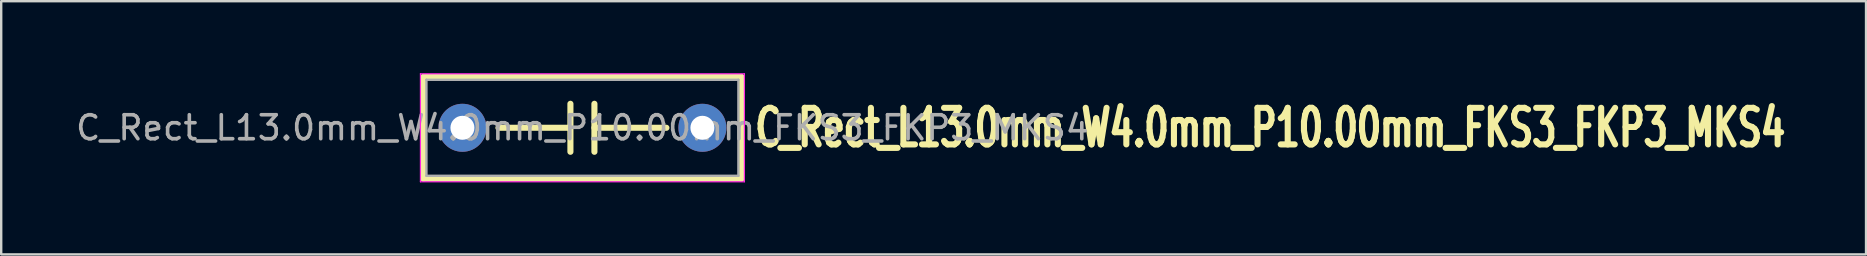
<source format=kicad_pcb>
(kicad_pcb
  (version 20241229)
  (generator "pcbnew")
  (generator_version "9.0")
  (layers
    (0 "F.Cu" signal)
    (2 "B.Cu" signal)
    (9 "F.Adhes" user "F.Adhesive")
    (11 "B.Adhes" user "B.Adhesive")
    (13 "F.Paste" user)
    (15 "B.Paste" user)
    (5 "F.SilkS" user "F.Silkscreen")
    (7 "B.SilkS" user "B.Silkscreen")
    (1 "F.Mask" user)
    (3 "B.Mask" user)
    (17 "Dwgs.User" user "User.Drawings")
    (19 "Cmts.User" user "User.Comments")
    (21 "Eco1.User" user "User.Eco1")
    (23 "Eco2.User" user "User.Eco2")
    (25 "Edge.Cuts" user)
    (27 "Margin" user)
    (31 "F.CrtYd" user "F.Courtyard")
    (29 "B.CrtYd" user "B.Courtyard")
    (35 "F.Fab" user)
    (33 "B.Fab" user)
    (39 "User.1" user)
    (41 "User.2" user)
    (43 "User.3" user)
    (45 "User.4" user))
  (footprint "C_Rect_L13.0mm_W4.0mm_P10.00mm_FKS3_FKP3_MKS4"
    (layer "F.Cu")
    (at 16.22 2.275)
    (property "Reference" "C_Rect_L13.0mm_W4.0mm_P10.00mm_FKS3_FKP3_MKS4" (at 12.065 0 0) (layer "F.SilkS") (effects (font (size 1.524 1.016) (thickness 0.254)) (justify left)))
    (attr through_hole)
    (fp_line (start -1.62 -2.12) (end -1.62 2.12) (stroke (width 0.254) (type solid)) (layer "F.SilkS"))
    (fp_line (start -1.62 -2.12) (end 11.62 -2.12) (stroke (width 0.254) (type solid)) (layer "F.SilkS"))
    (fp_line (start -1.62 2.12) (end 11.62 2.12) (stroke (width 0.254) (type solid)) (layer "F.SilkS"))
    (fp_line (start 4.5 -1) (end 4.5 1) (stroke (width 0.254) (type solid)) (layer "F.SilkS"))
    (fp_line (start 4.5 0) (end 1.5 0) (stroke (width 0.254) (type solid)) (layer "F.SilkS"))
    (fp_line (start 5.5 -1) (end 5.5 1) (stroke (width 0.254) (type solid)) (layer "F.SilkS"))
    (fp_line (start 5.5 0) (end 8.5 0) (stroke (width 0.254) (type solid)) (layer "F.SilkS"))
    (fp_line (start 11.62 -2.12) (end 11.62 2.12) (stroke (width 0.254) (type solid)) (layer "F.SilkS"))
    (fp_line (start -1.75 -2.25) (end -1.75 2.25) (stroke (width 0.05) (type solid)) (layer "F.CrtYd"))
    (fp_line (start -1.75 2.25) (end 11.75 2.25) (stroke (width 0.05) (type solid)) (layer "F.CrtYd"))
    (fp_line (start 11.75 -2.25) (end -1.75 -2.25) (stroke (width 0.05) (type solid)) (layer "F.CrtYd"))
    (fp_line (start 11.75 2.25) (end 11.75 -2.25) (stroke (width 0.05) (type solid)) (layer "F.CrtYd"))
    (fp_line (start -1.5 -2) (end -1.5 2) (stroke (width 0.1) (type solid)) (layer "F.Fab"))
    (fp_line (start -1.5 2) (end 11.5 2) (stroke (width 0.1) (type solid)) (layer "F.Fab"))
    (fp_line (start 11.5 -2) (end -1.5 -2) (stroke (width 0.1) (type solid)) (layer "F.Fab"))
    (fp_line (start 11.5 2) (end 11.5 -2) (stroke (width 0.1) (type solid)) (layer "F.Fab"))
    (fp_text user "${REFERENCE}" (at 5 0 0) (layer "F.Fab") (effects (font (size 1 1) (thickness 0.15))))
    (pad "1" thru_hole circle (at 0 0) (size 2 2) (drill 1) (layers "*.Cu" "*.Mask"))
    (pad "2" thru_hole circle (at 10 0) (size 2 2) (drill 1) (layers "*.Cu" "*.Mask")))
  (gr_rect
    (start -3 -3)
    (end 74.71 7.55)
    (stroke (width 0.1) (type default))
    (fill no)
    (layer "Edge.Cuts")))
</source>
